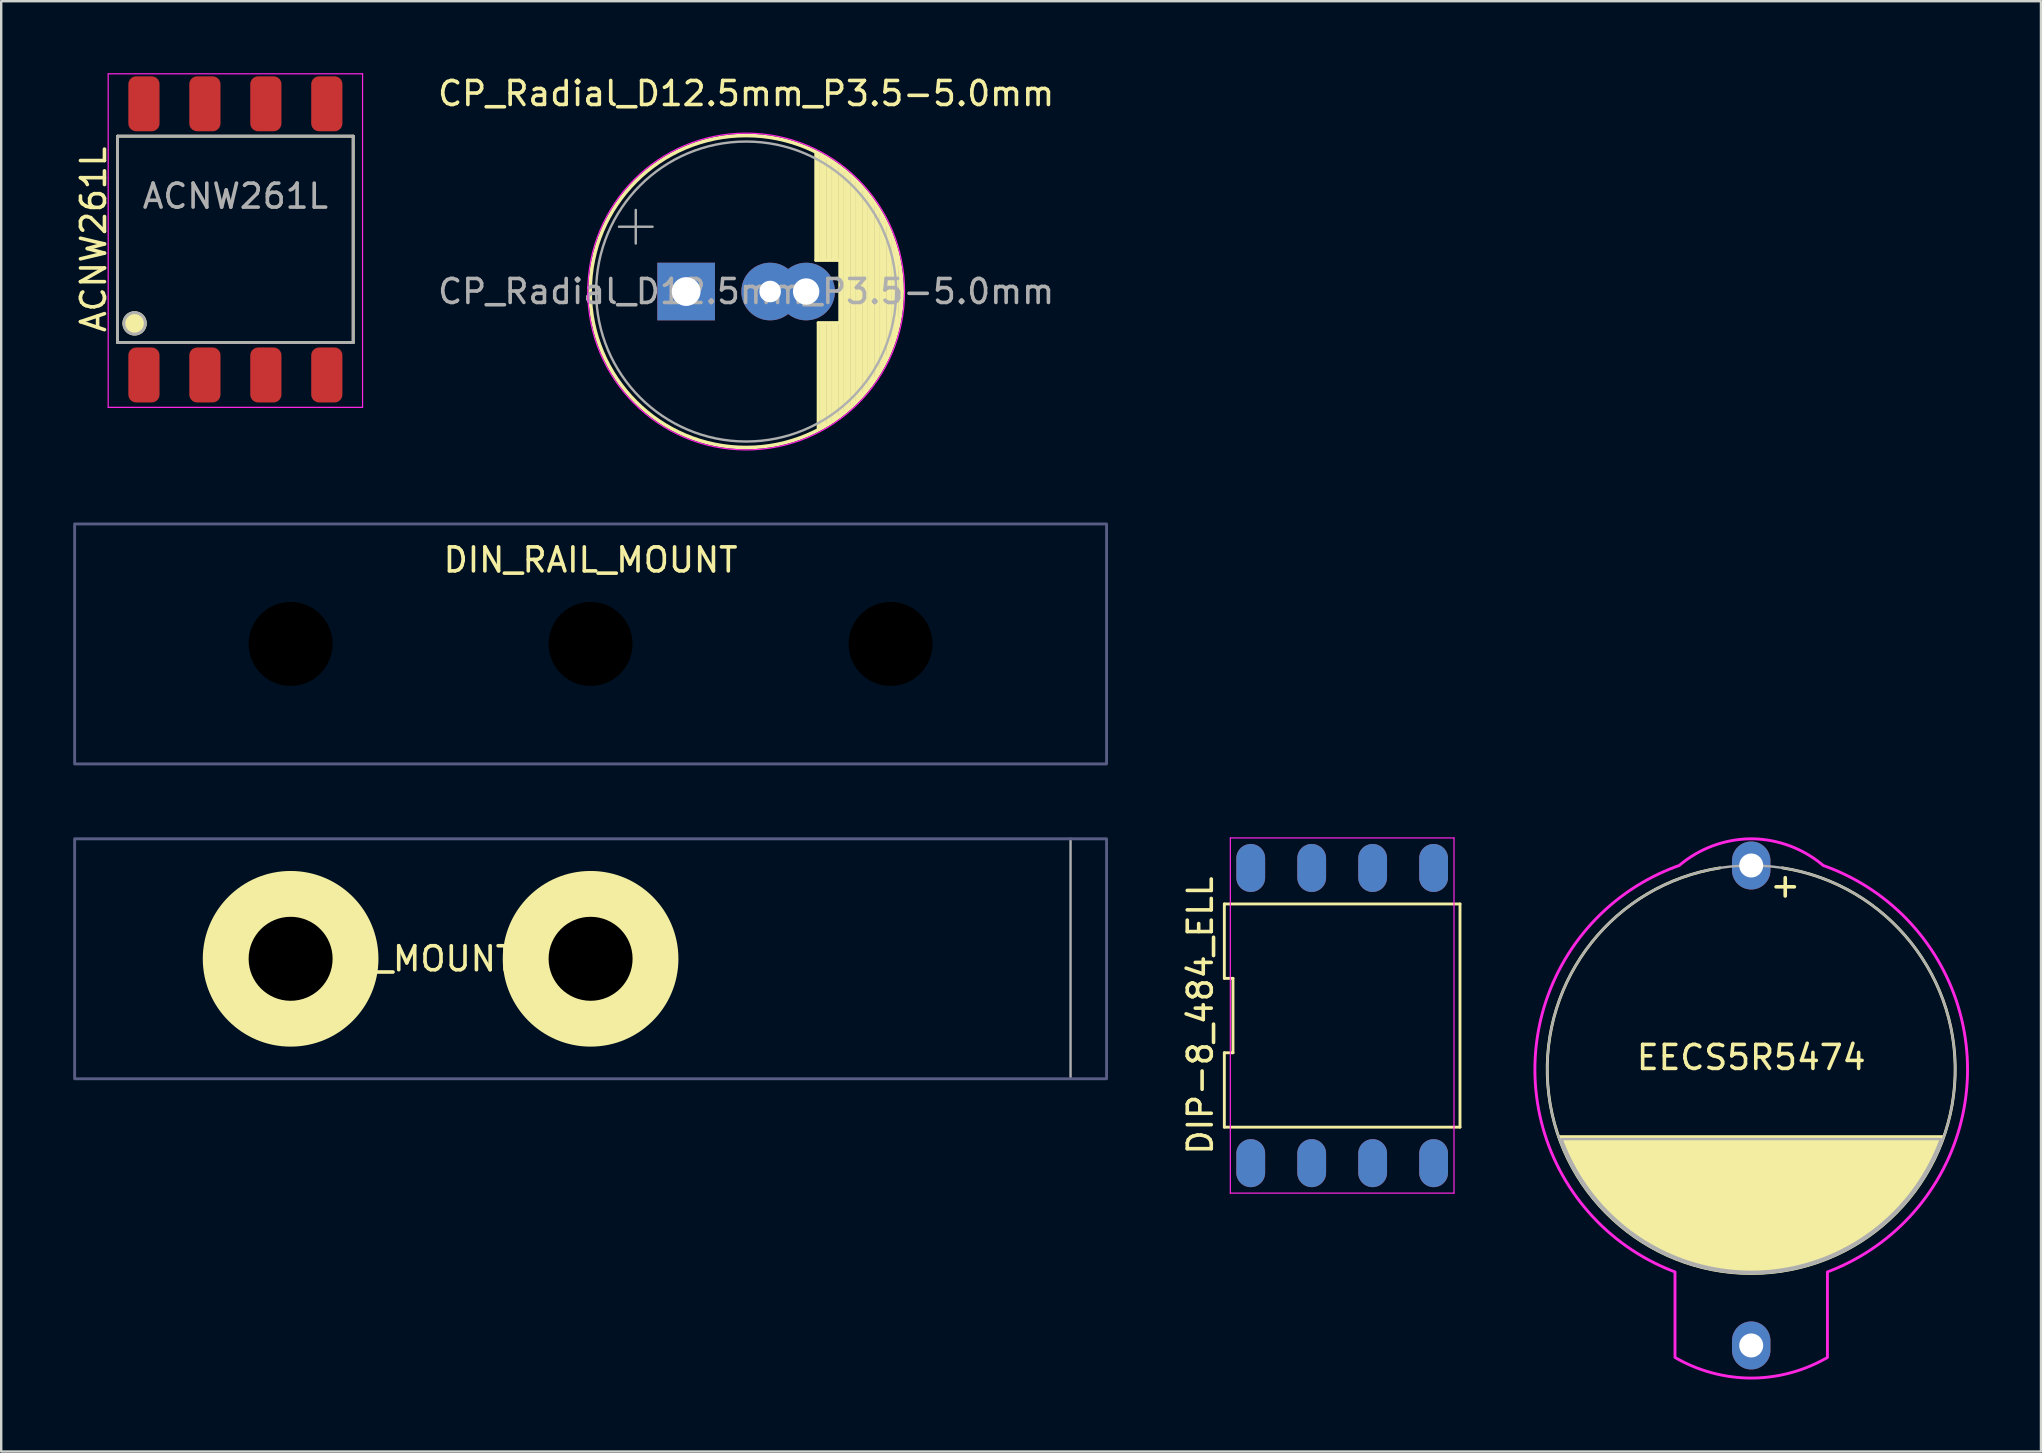
<source format=kicad_pcb>
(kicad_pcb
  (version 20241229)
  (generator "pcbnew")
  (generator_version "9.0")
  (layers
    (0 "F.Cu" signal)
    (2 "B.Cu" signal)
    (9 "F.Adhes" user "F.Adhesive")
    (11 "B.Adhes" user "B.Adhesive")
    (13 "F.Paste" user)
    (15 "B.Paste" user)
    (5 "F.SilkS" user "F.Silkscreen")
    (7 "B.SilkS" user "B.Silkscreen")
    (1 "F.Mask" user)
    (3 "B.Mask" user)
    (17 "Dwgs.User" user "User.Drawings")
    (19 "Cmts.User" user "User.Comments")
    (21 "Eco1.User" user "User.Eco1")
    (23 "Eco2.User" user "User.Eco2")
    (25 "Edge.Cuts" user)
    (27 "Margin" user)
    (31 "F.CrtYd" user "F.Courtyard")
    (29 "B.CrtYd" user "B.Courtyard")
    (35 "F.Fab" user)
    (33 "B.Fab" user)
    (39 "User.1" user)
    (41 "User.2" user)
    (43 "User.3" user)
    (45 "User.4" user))
  (footprint "EECS5R5474"
    (layer "F.Cu")
    (at 69.923 41.515)
    (property "Reference" "EECS5R5474" (at 0 -0.5 0) (unlocked yes) (layer "F.SilkS") (effects (font (size 1 1) (thickness 0.15))))
    (attr through_hole)
    (fp_arc (start 1.3 -8.4) (mid 0 8.5) (end -1.3 -8.4) (stroke (width 0.12) (type default)) (layer "F.SilkS"))
    (fp_poly (pts (arc (start -8 2.8) (mid 0 8.401661) (end 8 2.8))) (stroke (width 0.12) (type solid)) (fill yes) (layer "F.SilkS"))
    (fp_poly (pts (arc (start 2.999999 -8.5) (mid 1.59804 -9.320505) (end 0 -9.612029)) (arc (start 0 -9.612029) (mid -1.59804 -9.320505) (end -2.999999 -8.5)) (arc (start -2.999999 -8.499999) (mid -9.013391 -0.093593) (end -3.175857 8.43587)) (arc (start -3.175857 12) (mid -1.64446 12.638451) (end 0 12.858793)) (arc (start 0 12.858793) (mid 1.64446 12.638451) (end 3.175857 12)) (arc (start 3.175857 8.43587) (mid 9.013391 -0.093593) (end 2.999999 -8.499999))) (stroke (width 0.12) (type solid)) (fill no) (layer "F.CrtYd"))
    (fp_circle (center 0 0) (end -8.5 0) (stroke (width 0.1) (type default)) (fill no) (layer "F.Fab"))
    (fp_poly (pts (arc (start -7.9 2.9) (mid 0 8.43164) (end 7.9 2.9))) (stroke (width 0.1) (type solid)) (fill no) (layer "F.Fab"))
    (fp_text user "+" (at 0.7 -7.1 0) (unlocked yes) (layer "F.SilkS") (effects (font (size 1 1) (thickness 0.15)) (justify left bottom)))
    (pad "1" thru_hole oval (at 0 -8.5) (size 1.6 2) (drill 1) (layers "*.Cu" "*.Mask"))
    (pad "2" thru_hole oval (at 0 11.5) (size 1.6 2) (drill 1) (layers "*.Cu" "*.Mask")))
  (footprint "ACNW261L"
    (layer "F.Cu")
    (at 6.758 6.925)
    (property "Reference" "ACNW261L" (at -5.91 0 90) (layer "F.SilkS") (effects (font (size 1 1) (thickness 0.15))))
    (fp_line (start -4.91 -4.3) (end -4.91 4.3) (stroke (width 0.12) (type solid)) (layer "F.SilkS"))
    (fp_line (start -4.91 4.3) (end 4.91 4.3) (stroke (width 0.12) (type solid)) (layer "F.SilkS"))
    (fp_line (start 4.91 -4.3) (end -4.91 -4.3) (stroke (width 0.12) (type solid)) (layer "F.SilkS"))
    (fp_line (start 4.91 4.3) (end 4.91 -4.3) (stroke (width 0.12) (type solid)) (layer "F.SilkS"))
    (fp_circle (center -4.2 3.5) (end -3.753 3.5) (stroke (width 0.12) (type solid)) (fill yes) (layer "F.SilkS"))
    (fp_line (start -5.3 -6.9) (end 5.3 -6.9) (stroke (width 0.05) (type solid)) (layer "F.CrtYd"))
    (fp_line (start -5.3 7) (end -5.3 -6.9) (stroke (width 0.05) (type solid)) (layer "F.CrtYd"))
    (fp_line (start 5.3 -6.9) (end 5.3 7) (stroke (width 0.05) (type solid)) (layer "F.CrtYd"))
    (fp_line (start 5.3 7) (end -5.3 7) (stroke (width 0.05) (type solid)) (layer "F.CrtYd"))
    (fp_line (start -4.91 -4.3) (end -4.91 4.3) (stroke (width 0.12) (type solid)) (layer "F.Fab"))
    (fp_line (start -4.91 4.3) (end 4.91 4.3) (stroke (width 0.12) (type solid)) (layer "F.Fab"))
    (fp_line (start 4.91 -4.3) (end -4.91 -4.3) (stroke (width 0.12) (type solid)) (layer "F.Fab"))
    (fp_line (start 4.91 4.3) (end 4.91 -4.3) (stroke (width 0.12) (type solid)) (layer "F.Fab"))
    (fp_circle (center -4.2 3.5) (end -3.753 3.5) (stroke (width 0.12) (type solid)) (fill no) (layer "F.Fab"))
    (fp_text user "${REFERENCE}" (at 0 -1.8 0) (unlocked yes) (layer "F.Fab") (effects (font (size 1 1) (thickness 0.15))))
    (pad "1" smd roundrect (at -3.81 5.65) (size 1.3 2.29) (layers "F.Cu" "F.Mask" "F.Paste") (roundrect_rratio 0.25))
    (pad "2" smd roundrect (at -1.27 5.65) (size 1.3 2.29) (layers "F.Cu" "F.Mask" "F.Paste") (roundrect_rratio 0.25))
    (pad "3" smd roundrect (at 1.27 5.65) (size 1.3 2.29) (layers "F.Cu" "F.Mask" "F.Paste") (roundrect_rratio 0.25))
    (pad "4" smd roundrect (at 3.81 5.65) (size 1.3 2.29) (layers "F.Cu" "F.Mask" "F.Paste") (roundrect_rratio 0.25))
    (pad "5" smd roundrect (at 3.81 -5.65) (size 1.3 2.29) (layers "F.Cu" "F.Mask" "F.Paste") (roundrect_rratio 0.25))
    (pad "6" smd roundrect (at 1.27 -5.65) (size 1.3 2.29) (layers "F.Cu" "F.Mask" "F.Paste") (roundrect_rratio 0.25))
    (pad "7" smd roundrect (at -1.27 -5.65) (size 1.3 2.29) (layers "F.Cu" "F.Mask" "F.Paste") (roundrect_rratio 0.25))
    (pad "8" smd roundrect (at -3.81 -5.65) (size 1.3 2.29) (layers "F.Cu" "F.Mask" "F.Paste") (roundrect_rratio 0.25)))
  (footprint "DIN_RAIL_MOUNT"
    (layer "F.Cu")
    (at 21.56 23.783)
    (property "Reference" "DIN_RAIL_MOUNT" (at 0 -3.5 0) (unlocked yes) (layer "F.SilkS") (effects (font (size 1 1) (thickness 0.15))))
    (attr through_hole)
    (fp_rect (start -21.5 -5) (end 21.5 5) (stroke (width 0.12) (type solid)) (fill no) (layer "B.Fab"))
    (pad "" np_thru_hole circle (at -12.5 0) (size 5 5) (drill 3.5) (layers "*.Mask"))
    (pad "" np_thru_hole circle (at 0 0) (size 5 5) (drill 3.5) (layers "*.Mask"))
    (pad "" np_thru_hole circle (at 12.5 0) (size 5 5) (drill 3.5) (layers "*.Mask")))
  (footprint "DIN_RAIL_MOUNT_2 Hole"
    (layer "F.Cu")
    (at 21.56 36.903)
    (property "Reference" "DIN_RAIL_MOUNT_2 Hole" (at -6.4 0 0) (unlocked yes) (layer "F.SilkS") (effects (font (size 1 1) (thickness 0.15))))
    (attr through_hole)
    (fp_circle (center -12.5 0) (end -8.9 0) (stroke (width 0.12) (type solid)) (fill yes) (layer "F.SilkS"))
    (fp_circle (center 0 0) (end 3.6 0) (stroke (width 0.12) (type solid)) (fill yes) (layer "F.SilkS"))
    (fp_rect (start -21.5 -5) (end 21.5 5) (stroke (width 0.12) (type solid)) (fill no) (layer "B.Fab"))
    (fp_line (start 20 -5) (end 20 5) (stroke (width 0.1) (type solid)) (layer "F.Fab"))
    (pad "" np_thru_hole circle (at -12.5 0) (size 5 5) (drill 3.5) (layers "*.Mask"))
    (pad "" np_thru_hole circle (at 0 0) (size 5 5) (drill 3.5) (layers "*.Mask")))
  (footprint "CP_Radial_D12.5mm_P3.5-5.0mm"
    (layer "F.Cu")
    (at 25.542 9.098)
    (property "Reference" "CP_Radial_D12.5mm_P3.5-5.0mm" (at 2.5 -8.25 0) (layer "F.SilkS") (effects (font (size 1 1) (thickness 0.15))))
    (attr through_hole)
    (fp_line (start 5.4 -5.8) (end 5.4 -1.3) (stroke (width 0.12) (type solid)) (layer "F.SilkS"))
    (fp_line (start 5.4 -1.3) (end 6.4 -1.3) (stroke (width 0.12) (type solid)) (layer "F.SilkS"))
    (fp_line (start 5.5 -5.7) (end 5.5 -1.3) (stroke (width 0.12) (type solid)) (layer "F.SilkS"))
    (fp_line (start 5.5 1.3) (end 6.5 1.3) (stroke (width 0.12) (type solid)) (layer "F.SilkS"))
    (fp_line (start 5.5 5.7) (end 5.5 1.3) (stroke (width 0.12) (type solid)) (layer "F.SilkS"))
    (fp_line (start 5.6 -5.7) (end 5.6 -1.3) (stroke (width 0.12) (type solid)) (layer "F.SilkS"))
    (fp_line (start 5.6 5.7) (end 5.6 1.3) (stroke (width 0.12) (type solid)) (layer "F.SilkS"))
    (fp_line (start 5.7 -5.6) (end 5.7 -1.3) (stroke (width 0.12) (type solid)) (layer "F.SilkS"))
    (fp_line (start 5.7 5.6) (end 5.7 1.3) (stroke (width 0.12) (type solid)) (layer "F.SilkS"))
    (fp_line (start 5.8 -5.5) (end 5.8 -1.3) (stroke (width 0.12) (type solid)) (layer "F.SilkS"))
    (fp_line (start 5.8 5.6) (end 5.8 1.3) (stroke (width 0.12) (type solid)) (layer "F.SilkS"))
    (fp_line (start 5.9 -5.5) (end 5.9 -1.3) (stroke (width 0.12) (type solid)) (layer "F.SilkS"))
    (fp_line (start 5.9 5.5) (end 5.9 1.3) (stroke (width 0.12) (type solid)) (layer "F.SilkS"))
    (fp_line (start 6 -5.4) (end 6 -1.3) (stroke (width 0.12) (type solid)) (layer "F.SilkS"))
    (fp_line (start 6 5.5) (end 6 1.3) (stroke (width 0.12) (type solid)) (layer "F.SilkS"))
    (fp_line (start 6.1 -5.4) (end 6.1 -1.3) (stroke (width 0.12) (type solid)) (layer "F.SilkS"))
    (fp_line (start 6.1 5.4) (end 6.1 1.3) (stroke (width 0.12) (type solid)) (layer "F.SilkS"))
    (fp_line (start 6.2 -5.3) (end 6.2 -1.3) (stroke (width 0.12) (type solid)) (layer "F.SilkS"))
    (fp_line (start 6.2 1.3) (end 6.2 5.3) (stroke (width 0.12) (type solid)) (layer "F.SilkS"))
    (fp_line (start 6.3 -5.2) (end 6.3 -1.3) (stroke (width 0.12) (type solid)) (layer "F.SilkS"))
    (fp_line (start 6.3 5.2) (end 6.3 1.3) (stroke (width 0.12) (type solid)) (layer "F.SilkS"))
    (fp_line (start 6.4 5.2) (end 6.4 -5.1) (stroke (width 0.12) (type solid)) (layer "F.SilkS"))
    (fp_line (start 6.5 -5.1) (end 6.5 5.1) (stroke (width 0.12) (type solid)) (layer "F.SilkS"))
    (fp_line (start 6.6 5) (end 6.6 -5) (stroke (width 0.12) (type solid)) (layer "F.SilkS"))
    (fp_line (start 6.7 -4.9) (end 6.7 4.9) (stroke (width 0.12) (type solid)) (layer "F.SilkS"))
    (fp_line (start 6.8 -4.8) (end 6.8 4.8) (stroke (width 0.12) (type solid)) (layer "F.SilkS"))
    (fp_line (start 6.9 4.7) (end 6.9 -4.7) (stroke (width 0.12) (type solid)) (layer "F.SilkS"))
    (fp_line (start 7 -4.6) (end 7 4.6) (stroke (width 0.12) (type solid)) (layer "F.SilkS"))
    (fp_line (start 7.1 4.5) (end 7.1 -4.5) (stroke (width 0.12) (type solid)) (layer "F.SilkS"))
    (fp_line (start 7.2 -4.4) (end 7.2 4.4) (stroke (width 0.12) (type solid)) (layer "F.SilkS"))
    (fp_line (start 7.3 4.3) (end 7.3 -4.3) (stroke (width 0.12) (type solid)) (layer "F.SilkS"))
    (fp_line (start 7.4 -4.2) (end 7.4 4.2) (stroke (width 0.12) (type solid)) (layer "F.SilkS"))
    (fp_line (start 7.5 4.1) (end 7.5 -4.1) (stroke (width 0.12) (type solid)) (layer "F.SilkS"))
    (fp_line (start 7.6 4) (end 7.6 -4) (stroke (width 0.12) (type solid)) (layer "F.SilkS"))
    (fp_line (start 7.7 3.9) (end 7.7 -3.9) (stroke (width 0.12) (type solid)) (layer "F.SilkS"))
    (fp_line (start 7.8 -3.7) (end 7.8 3.7) (stroke (width 0.12) (type solid)) (layer "F.SilkS"))
    (fp_line (start 7.9 3.6) (end 7.9 -3.6) (stroke (width 0.12) (type solid)) (layer "F.SilkS"))
    (fp_line (start 8 -3.4) (end 8 3.4) (stroke (width 0.12) (type solid)) (layer "F.SilkS"))
    (fp_line (start 8.1 3.3) (end 8.1 -3.2) (stroke (width 0.12) (type solid)) (layer "F.SilkS"))
    (fp_line (start 8.2 -3.1) (end 8.2 3.1) (stroke (width 0.12) (type solid)) (layer "F.SilkS"))
    (fp_line (start 8.3 2.9) (end 8.3 -2.9) (stroke (width 0.12) (type solid)) (layer "F.SilkS"))
    (fp_line (start 8.4 -2.7) (end 8.4 2.7) (stroke (width 0.12) (type solid)) (layer "F.SilkS"))
    (fp_line (start 8.5 2.4) (end 8.5 -2.5) (stroke (width 0.12) (type solid)) (layer "F.SilkS"))
    (fp_line (start 8.6 2.2) (end 8.6 -2.2) (stroke (width 0.12) (type solid)) (layer "F.SilkS"))
    (fp_line (start 8.7 1.9) (end 8.7 -1.9) (stroke (width 0.12) (type solid)) (layer "F.SilkS"))
    (fp_line (start 8.8 1.6) (end 8.8 -1.5) (stroke (width 0.12) (type solid)) (layer "F.SilkS"))
    (fp_line (start 8.9 1) (end 8.9 -1) (stroke (width 0.12) (type solid)) (layer "F.SilkS"))
    (fp_circle (center 2.5 0) (end 9 0) (stroke (width 0.15) (type solid)) (fill no) (layer "F.SilkS"))
    (fp_circle (center 2.5 0) (end 9.1 0) (stroke (width 0.05) (type solid)) (fill no) (layer "F.CrtYd"))
    (fp_line (start -2.8 -2.7) (end -1.4 -2.7) (stroke (width 0.1) (type solid)) (layer "F.Fab"))
    (fp_line (start -2.1 -3.4) (end -2.1 -2) (stroke (width 0.1) (type solid)) (layer "F.Fab"))
    (fp_circle (center 2.5 0) (end 8.75 0) (stroke (width 0.1) (type solid)) (fill no) (layer "F.Fab"))
    (fp_text user "${REFERENCE}" (at 2.5 0 0) (layer "F.Fab") (effects (font (size 1 1) (thickness 0.15))))
    (pad "1" thru_hole rect (at 0 0) (size 2.4 2.4) (drill 1.2) (layers "*.Cu" "*.Mask"))
    (pad "2" thru_hole circle (at 3.5 0) (size 2.4 2.4) (drill 0.9) (layers "*.Cu" "*.Mask"))
    (pad "2" thru_hole circle (at 5 0) (size 2.4 2.4) (drill 1.1) (layers "*.Cu" "*.Mask")))
  (footprint "DIP-8_484_ELL"
    (layer "F.Cu")
    (at 52.878 39.268)
    (property "Reference" "DIP-8_484_ELL" (at -5.91 0 90) (layer "F.SilkS") (effects (font (size 1 1) (thickness 0.15))))
    (fp_line (start -4.91 -4.65) (end -4.91 -1.55) (stroke (width 0.12) (type solid)) (layer "F.SilkS"))
    (fp_line (start -4.91 -1.55) (end -4.55 -1.55) (stroke (width 0.12) (type solid)) (layer "F.SilkS"))
    (fp_line (start -4.91 1.55) (end -4.91 4.65) (stroke (width 0.12) (type solid)) (layer "F.SilkS"))
    (fp_line (start -4.91 4.65) (end 4.91 4.65) (stroke (width 0.12) (type solid)) (layer "F.SilkS"))
    (fp_line (start -4.55 -1.55) (end -4.55 1.55) (stroke (width 0.12) (type solid)) (layer "F.SilkS"))
    (fp_line (start -4.55 1.55) (end -4.91 1.55) (stroke (width 0.12) (type solid)) (layer "F.SilkS"))
    (fp_line (start 4.91 -4.65) (end -4.91 -4.65) (stroke (width 0.12) (type solid)) (layer "F.SilkS"))
    (fp_line (start 4.91 4.65) (end 4.91 -4.65) (stroke (width 0.12) (type solid)) (layer "F.SilkS"))
    (fp_line (start -4.66 -7.4) (end 4.66 -7.4) (stroke (width 0.05) (type solid)) (layer "F.CrtYd"))
    (fp_line (start -4.66 7.4) (end -4.66 -7.4) (stroke (width 0.05) (type solid)) (layer "F.CrtYd"))
    (fp_line (start 4.66 -7.4) (end 4.66 7.4) (stroke (width 0.05) (type solid)) (layer "F.CrtYd"))
    (fp_line (start 4.66 7.4) (end -4.66 7.4) (stroke (width 0.05) (type solid)) (layer "F.CrtYd"))
    (pad "1" thru_hole oval (at -3.81 6.15) (size 1.2 2) (drill 0.000001) (layers "*.Cu" "*.Mask"))
    (pad "2" thru_hole oval (at -1.27 6.15) (size 1.2 2) (drill 0.000001) (layers "*.Cu" "*.Mask"))
    (pad "3" thru_hole oval (at 1.27 6.15) (size 1.2 2) (drill 0.000001) (layers "*.Cu" "*.Mask"))
    (pad "4" thru_hole oval (at 3.81 6.15) (size 1.2 2) (drill 0.000001) (layers "*.Cu" "*.Mask"))
    (pad "5" thru_hole oval (at 3.81 -6.15) (size 1.2 2) (drill 0.000001) (layers "*.Cu" "*.Mask"))
    (pad "6" thru_hole oval (at 1.27 -6.15) (size 1.2 2) (drill 0.000001) (layers "*.Cu" "*.Mask"))
    (pad "7" thru_hole oval (at -1.27 -6.15) (size 1.2 2) (drill 0.000001) (layers "*.Cu" "*.Mask"))
    (pad "8" thru_hole oval (at -3.81 -6.15) (size 1.2 2) (drill 0.000001) (layers "*.Cu" "*.Mask")))
  (gr_rect
    (start -3 -3)
    (end 81.997 57.434)
    (stroke (width 0.1) (type default))
    (fill no)
    (layer "Edge.Cuts")))
</source>
